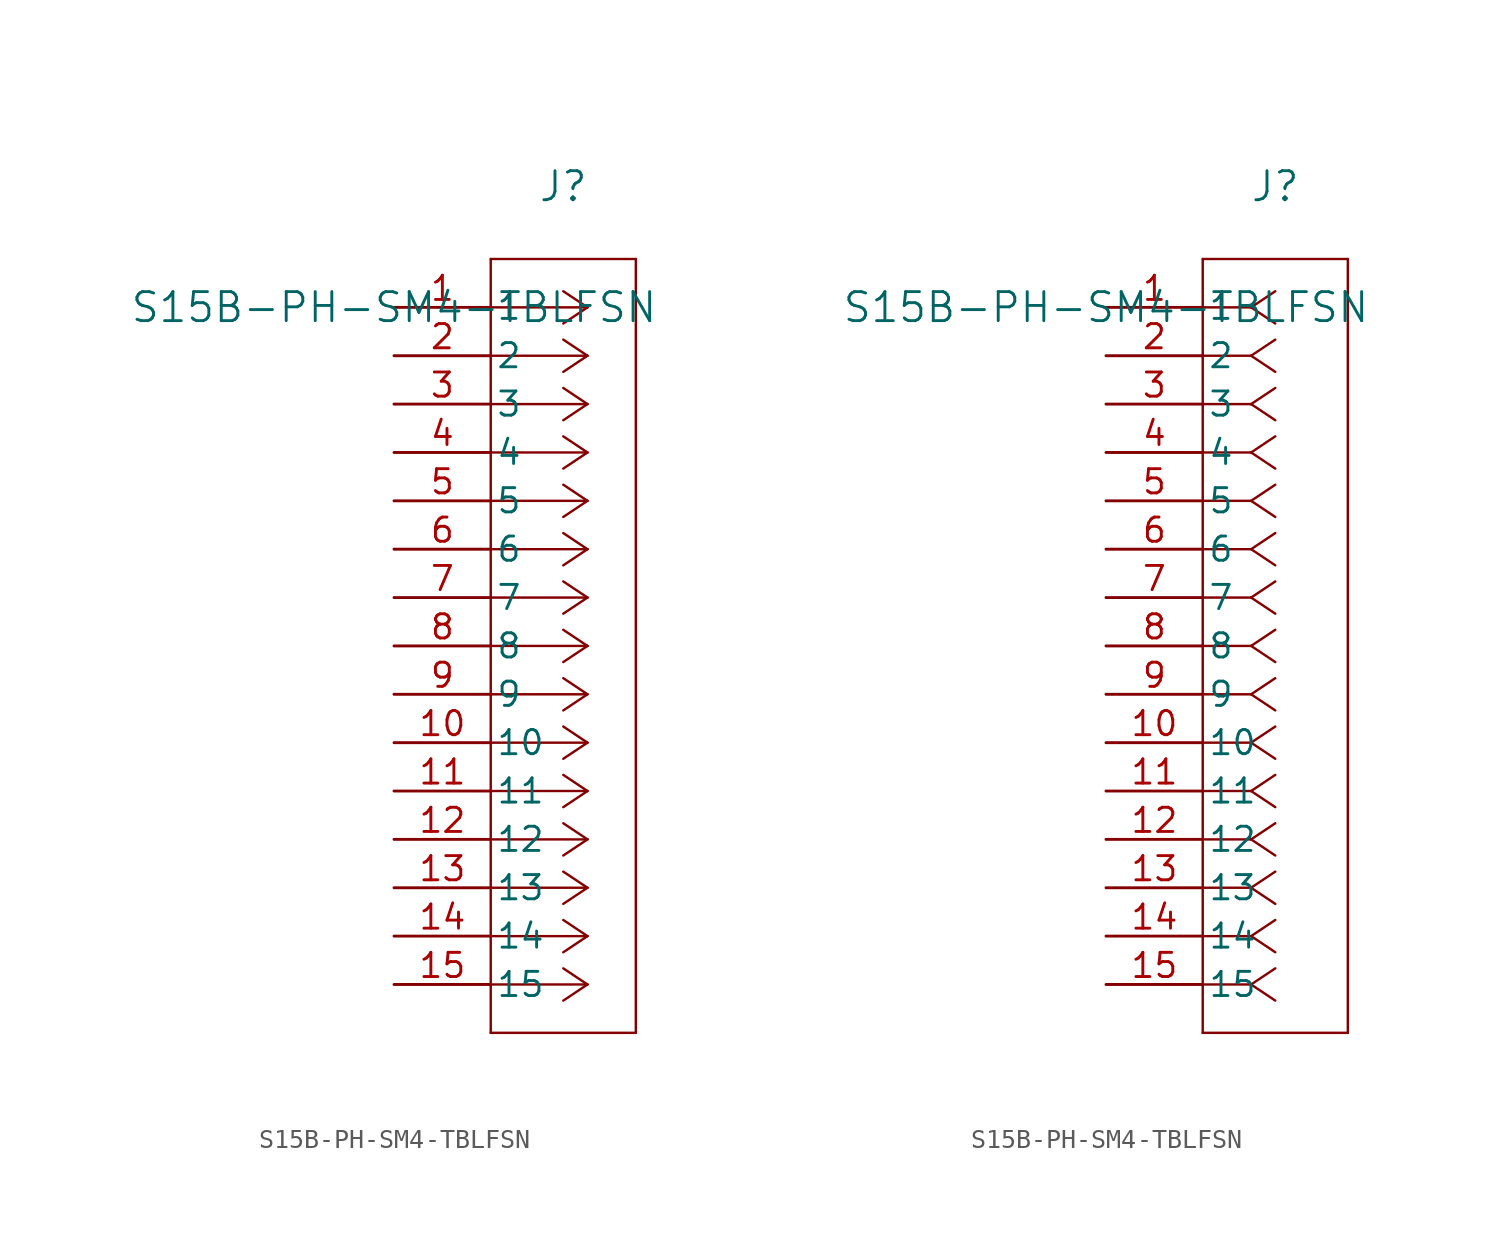
<source format=kicad_sym>
(kicad_symbol_lib
  (version 20211014)
  (generator kicad_symbol_editor)
  (symbol "S15B-PH-SM4-TBLFSN"
    (pin_names
      (offset 0.254))
    (property "Reference" "J"
      (at 8.89 6.35 0)
      (effects (font (size 1.524 1.524))))
    (property "Value" "S15B-PH-SM4-TBLFSN"
      (at 0 0 0)
      (effects (font (size 1.524 1.524))))
    (symbol "S15B-PH-SM4-TBLFSN_1_1"
      (polyline (pts (xy 10.16 0) (xy 5.08 0)) (stroke (width 0.127) (type default) (color 0 0 0 0)) (fill (type none)))
      (polyline (pts (xy 10.16 -2.54) (xy 5.08 -2.54)) (stroke (width 0.127) (type default) (color 0 0 0 0)) (fill (type none)))
      (polyline (pts (xy 10.16 -5.08) (xy 5.08 -5.08)) (stroke (width 0.127) (type default) (color 0 0 0 0)) (fill (type none)))
      (polyline (pts (xy 10.16 -7.62) (xy 5.08 -7.62)) (stroke (width 0.127) (type default) (color 0 0 0 0)) (fill (type none)))
      (polyline (pts (xy 10.16 -10.16) (xy 5.08 -10.16)) (stroke (width 0.127) (type default) (color 0 0 0 0)) (fill (type none)))
      (polyline (pts (xy 10.16 -12.7) (xy 5.08 -12.7)) (stroke (width 0.127) (type default) (color 0 0 0 0)) (fill (type none)))
      (polyline (pts (xy 10.16 -15.24) (xy 5.08 -15.24)) (stroke (width 0.127) (type default) (color 0 0 0 0)) (fill (type none)))
      (polyline (pts (xy 10.16 -17.78) (xy 5.08 -17.78)) (stroke (width 0.127) (type default) (color 0 0 0 0)) (fill (type none)))
      (polyline (pts (xy 10.16 -20.32) (xy 5.08 -20.32)) (stroke (width 0.127) (type default) (color 0 0 0 0)) (fill (type none)))
      (polyline (pts (xy 10.16 -22.86) (xy 5.08 -22.86)) (stroke (width 0.127) (type default) (color 0 0 0 0)) (fill (type none)))
      (polyline (pts (xy 10.16 -25.4) (xy 5.08 -25.4)) (stroke (width 0.127) (type default) (color 0 0 0 0)) (fill (type none)))
      (polyline (pts (xy 10.16 -27.94) (xy 5.08 -27.94)) (stroke (width 0.127) (type default) (color 0 0 0 0)) (fill (type none)))
      (polyline (pts (xy 10.16 -30.48) (xy 5.08 -30.48)) (stroke (width 0.127) (type default) (color 0 0 0 0)) (fill (type none)))
      (polyline (pts (xy 10.16 -33.02) (xy 5.08 -33.02)) (stroke (width 0.127) (type default) (color 0 0 0 0)) (fill (type none)))
      (polyline (pts (xy 10.16 -35.56) (xy 5.08 -35.56)) (stroke (width 0.127) (type default) (color 0 0 0 0)) (fill (type none)))
      (polyline (pts (xy 10.16 0) (xy 8.89 0.847)) (stroke (width 0.127) (type default) (color 0 0 0 0)) (fill (type none)))
      (polyline (pts (xy 10.16 -2.54) (xy 8.89 -1.693)) (stroke (width 0.127) (type default) (color 0 0 0 0)) (fill (type none)))
      (polyline (pts (xy 10.16 -5.08) (xy 8.89 -4.233)) (stroke (width 0.127) (type default) (color 0 0 0 0)) (fill (type none)))
      (polyline (pts (xy 10.16 -7.62) (xy 8.89 -6.773)) (stroke (width 0.127) (type default) (color 0 0 0 0)) (fill (type none)))
      (polyline (pts (xy 10.16 -10.16) (xy 8.89 -9.313)) (stroke (width 0.127) (type default) (color 0 0 0 0)) (fill (type none)))
      (polyline (pts (xy 10.16 -12.7) (xy 8.89 -11.853)) (stroke (width 0.127) (type default) (color 0 0 0 0)) (fill (type none)))
      (polyline (pts (xy 10.16 -15.24) (xy 8.89 -14.393)) (stroke (width 0.127) (type default) (color 0 0 0 0)) (fill (type none)))
      (polyline (pts (xy 10.16 -17.78) (xy 8.89 -16.933)) (stroke (width 0.127) (type default) (color 0 0 0 0)) (fill (type none)))
      (polyline (pts (xy 10.16 -20.32) (xy 8.89 -19.473)) (stroke (width 0.127) (type default) (color 0 0 0 0)) (fill (type none)))
      (polyline (pts (xy 10.16 -22.86) (xy 8.89 -22.013)) (stroke (width 0.127) (type default) (color 0 0 0 0)) (fill (type none)))
      (polyline (pts (xy 10.16 -25.4) (xy 8.89 -24.553)) (stroke (width 0.127) (type default) (color 0 0 0 0)) (fill (type none)))
      (polyline (pts (xy 10.16 -27.94) (xy 8.89 -27.093)) (stroke (width 0.127) (type default) (color 0 0 0 0)) (fill (type none)))
      (polyline (pts (xy 10.16 -30.48) (xy 8.89 -29.633)) (stroke (width 0.127) (type default) (color 0 0 0 0)) (fill (type none)))
      (polyline (pts (xy 10.16 -33.02) (xy 8.89 -32.173)) (stroke (width 0.127) (type default) (color 0 0 0 0)) (fill (type none)))
      (polyline (pts (xy 10.16 -35.56) (xy 8.89 -34.713)) (stroke (width 0.127) (type default) (color 0 0 0 0)) (fill (type none)))
      (polyline (pts (xy 10.16 0) (xy 8.89 -0.847)) (stroke (width 0.127) (type default) (color 0 0 0 0)) (fill (type none)))
      (polyline (pts (xy 10.16 -2.54) (xy 8.89 -3.387)) (stroke (width 0.127) (type default) (color 0 0 0 0)) (fill (type none)))
      (polyline (pts (xy 10.16 -5.08) (xy 8.89 -5.927)) (stroke (width 0.127) (type default) (color 0 0 0 0)) (fill (type none)))
      (polyline (pts (xy 10.16 -7.62) (xy 8.89 -8.467)) (stroke (width 0.127) (type default) (color 0 0 0 0)) (fill (type none)))
      (polyline (pts (xy 10.16 -10.16) (xy 8.89 -11.007)) (stroke (width 0.127) (type default) (color 0 0 0 0)) (fill (type none)))
      (polyline (pts (xy 10.16 -12.7) (xy 8.89 -13.547)) (stroke (width 0.127) (type default) (color 0 0 0 0)) (fill (type none)))
      (polyline (pts (xy 10.16 -15.24) (xy 8.89 -16.087)) (stroke (width 0.127) (type default) (color 0 0 0 0)) (fill (type none)))
      (polyline (pts (xy 10.16 -17.78) (xy 8.89 -18.627)) (stroke (width 0.127) (type default) (color 0 0 0 0)) (fill (type none)))
      (polyline (pts (xy 10.16 -20.32) (xy 8.89 -21.167)) (stroke (width 0.127) (type default) (color 0 0 0 0)) (fill (type none)))
      (polyline (pts (xy 10.16 -22.86) (xy 8.89 -23.707)) (stroke (width 0.127) (type default) (color 0 0 0 0)) (fill (type none)))
      (polyline (pts (xy 10.16 -25.4) (xy 8.89 -26.247)) (stroke (width 0.127) (type default) (color 0 0 0 0)) (fill (type none)))
      (polyline (pts (xy 10.16 -27.94) (xy 8.89 -28.787)) (stroke (width 0.127) (type default) (color 0 0 0 0)) (fill (type none)))
      (polyline (pts (xy 10.16 -30.48) (xy 8.89 -31.327)) (stroke (width 0.127) (type default) (color 0 0 0 0)) (fill (type none)))
      (polyline (pts (xy 10.16 -33.02) (xy 8.89 -33.867)) (stroke (width 0.127) (type default) (color 0 0 0 0)) (fill (type none)))
      (polyline (pts (xy 10.16 -35.56) (xy 8.89 -36.407)) (stroke (width 0.127) (type default) (color 0 0 0 0)) (fill (type none)))
      (polyline (pts (xy 5.08 2.54) (xy 5.08 -38.1)) (stroke (width 0.127) (type default) (color 0 0 0 0)) (fill (type none)))
      (polyline (pts (xy 5.08 -38.1) (xy 12.7 -38.1)) (stroke (width 0.127) (type default) (color 0 0 0 0)) (fill (type none)))
      (polyline (pts (xy 12.7 -38.1) (xy 12.7 2.54)) (stroke (width 0.127) (type default) (color 0 0 0 0)) (fill (type none)))
      (polyline (pts (xy 12.7 2.54) (xy 5.08 2.54)) (stroke (width 0.127) (type default) (color 0 0 0 0)) (fill (type none)))
      (pin unspecified line (at 0 0 0) (length 5.08) (name "1" (effects (font (size 1.27 1.27)))) (number "1" (effects (font (size 1.27 1.27)))))
      (pin unspecified line (at 0 -2.54 0) (length 5.08) (name "2" (effects (font (size 1.27 1.27)))) (number "2" (effects (font (size 1.27 1.27)))))
      (pin unspecified line (at 0 -5.08 0) (length 5.08) (name "3" (effects (font (size 1.27 1.27)))) (number "3" (effects (font (size 1.27 1.27)))))
      (pin unspecified line (at 0 -7.62 0) (length 5.08) (name "4" (effects (font (size 1.27 1.27)))) (number "4" (effects (font (size 1.27 1.27)))))
      (pin unspecified line (at 0 -10.16 0) (length 5.08) (name "5" (effects (font (size 1.27 1.27)))) (number "5" (effects (font (size 1.27 1.27)))))
      (pin unspecified line (at 0 -12.7 0) (length 5.08) (name "6" (effects (font (size 1.27 1.27)))) (number "6" (effects (font (size 1.27 1.27)))))
      (pin unspecified line (at 0 -15.24 0) (length 5.08) (name "7" (effects (font (size 1.27 1.27)))) (number "7" (effects (font (size 1.27 1.27)))))
      (pin unspecified line (at 0 -17.78 0) (length 5.08) (name "8" (effects (font (size 1.27 1.27)))) (number "8" (effects (font (size 1.27 1.27)))))
      (pin unspecified line (at 0 -20.32 0) (length 5.08) (name "9" (effects (font (size 1.27 1.27)))) (number "9" (effects (font (size 1.27 1.27)))))
      (pin unspecified line (at 0 -22.86 0) (length 5.08) (name "10" (effects (font (size 1.27 1.27)))) (number "10" (effects (font (size 1.27 1.27)))))
      (pin unspecified line (at 0 -25.4 0) (length 5.08) (name "11" (effects (font (size 1.27 1.27)))) (number "11" (effects (font (size 1.27 1.27)))))
      (pin unspecified line (at 0 -27.94 0) (length 5.08) (name "12" (effects (font (size 1.27 1.27)))) (number "12" (effects (font (size 1.27 1.27)))))
      (pin unspecified line (at 0 -30.48 0) (length 5.08) (name "13" (effects (font (size 1.27 1.27)))) (number "13" (effects (font (size 1.27 1.27)))))
      (pin unspecified line (at 0 -33.02 0) (length 5.08) (name "14" (effects (font (size 1.27 1.27)))) (number "14" (effects (font (size 1.27 1.27)))))
      (pin unspecified line (at 0 -35.56 0) (length 5.08) (name "15" (effects (font (size 1.27 1.27)))) (number "15" (effects (font (size 1.27 1.27))))))
    (symbol "S15B-PH-SM4-TBLFSN_1_2"
      (polyline (pts (xy 7.62 0) (xy 5.08 0)) (stroke (width 0.127) (type default) (color 0 0 0 0)) (fill (type none)))
      (polyline (pts (xy 7.62 -2.54) (xy 5.08 -2.54)) (stroke (width 0.127) (type default) (color 0 0 0 0)) (fill (type none)))
      (polyline (pts (xy 7.62 -5.08) (xy 5.08 -5.08)) (stroke (width 0.127) (type default) (color 0 0 0 0)) (fill (type none)))
      (polyline (pts (xy 7.62 -7.62) (xy 5.08 -7.62)) (stroke (width 0.127) (type default) (color 0 0 0 0)) (fill (type none)))
      (polyline (pts (xy 7.62 -10.16) (xy 5.08 -10.16)) (stroke (width 0.127) (type default) (color 0 0 0 0)) (fill (type none)))
      (polyline (pts (xy 7.62 -12.7) (xy 5.08 -12.7)) (stroke (width 0.127) (type default) (color 0 0 0 0)) (fill (type none)))
      (polyline (pts (xy 7.62 -15.24) (xy 5.08 -15.24)) (stroke (width 0.127) (type default) (color 0 0 0 0)) (fill (type none)))
      (polyline (pts (xy 7.62 -17.78) (xy 5.08 -17.78)) (stroke (width 0.127) (type default) (color 0 0 0 0)) (fill (type none)))
      (polyline (pts (xy 7.62 -20.32) (xy 5.08 -20.32)) (stroke (width 0.127) (type default) (color 0 0 0 0)) (fill (type none)))
      (polyline (pts (xy 7.62 -22.86) (xy 5.08 -22.86)) (stroke (width 0.127) (type default) (color 0 0 0 0)) (fill (type none)))
      (polyline (pts (xy 7.62 -25.4) (xy 5.08 -25.4)) (stroke (width 0.127) (type default) (color 0 0 0 0)) (fill (type none)))
      (polyline (pts (xy 7.62 -27.94) (xy 5.08 -27.94)) (stroke (width 0.127) (type default) (color 0 0 0 0)) (fill (type none)))
      (polyline (pts (xy 7.62 -30.48) (xy 5.08 -30.48)) (stroke (width 0.127) (type default) (color 0 0 0 0)) (fill (type none)))
      (polyline (pts (xy 7.62 -33.02) (xy 5.08 -33.02)) (stroke (width 0.127) (type default) (color 0 0 0 0)) (fill (type none)))
      (polyline (pts (xy 7.62 -35.56) (xy 5.08 -35.56)) (stroke (width 0.127) (type default) (color 0 0 0 0)) (fill (type none)))
      (polyline (pts (xy 7.62 0) (xy 8.89 0.847)) (stroke (width 0.127) (type default) (color 0 0 0 0)) (fill (type none)))
      (polyline (pts (xy 7.62 -2.54) (xy 8.89 -1.693)) (stroke (width 0.127) (type default) (color 0 0 0 0)) (fill (type none)))
      (polyline (pts (xy 7.62 -5.08) (xy 8.89 -4.233)) (stroke (width 0.127) (type default) (color 0 0 0 0)) (fill (type none)))
      (polyline (pts (xy 7.62 -7.62) (xy 8.89 -6.773)) (stroke (width 0.127) (type default) (color 0 0 0 0)) (fill (type none)))
      (polyline (pts (xy 7.62 -10.16) (xy 8.89 -9.313)) (stroke (width 0.127) (type default) (color 0 0 0 0)) (fill (type none)))
      (polyline (pts (xy 7.62 -12.7) (xy 8.89 -11.853)) (stroke (width 0.127) (type default) (color 0 0 0 0)) (fill (type none)))
      (polyline (pts (xy 7.62 -15.24) (xy 8.89 -14.393)) (stroke (width 0.127) (type default) (color 0 0 0 0)) (fill (type none)))
      (polyline (pts (xy 7.62 -17.78) (xy 8.89 -16.933)) (stroke (width 0.127) (type default) (color 0 0 0 0)) (fill (type none)))
      (polyline (pts (xy 7.62 -20.32) (xy 8.89 -19.473)) (stroke (width 0.127) (type default) (color 0 0 0 0)) (fill (type none)))
      (polyline (pts (xy 7.62 -22.86) (xy 8.89 -22.013)) (stroke (width 0.127) (type default) (color 0 0 0 0)) (fill (type none)))
      (polyline (pts (xy 7.62 -25.4) (xy 8.89 -24.553)) (stroke (width 0.127) (type default) (color 0 0 0 0)) (fill (type none)))
      (polyline (pts (xy 7.62 -27.94) (xy 8.89 -27.093)) (stroke (width 0.127) (type default) (color 0 0 0 0)) (fill (type none)))
      (polyline (pts (xy 7.62 -30.48) (xy 8.89 -29.633)) (stroke (width 0.127) (type default) (color 0 0 0 0)) (fill (type none)))
      (polyline (pts (xy 7.62 -33.02) (xy 8.89 -32.173)) (stroke (width 0.127) (type default) (color 0 0 0 0)) (fill (type none)))
      (polyline (pts (xy 7.62 -35.56) (xy 8.89 -34.713)) (stroke (width 0.127) (type default) (color 0 0 0 0)) (fill (type none)))
      (polyline (pts (xy 7.62 0) (xy 8.89 -0.847)) (stroke (width 0.127) (type default) (color 0 0 0 0)) (fill (type none)))
      (polyline (pts (xy 7.62 -2.54) (xy 8.89 -3.387)) (stroke (width 0.127) (type default) (color 0 0 0 0)) (fill (type none)))
      (polyline (pts (xy 7.62 -5.08) (xy 8.89 -5.927)) (stroke (width 0.127) (type default) (color 0 0 0 0)) (fill (type none)))
      (polyline (pts (xy 7.62 -7.62) (xy 8.89 -8.467)) (stroke (width 0.127) (type default) (color 0 0 0 0)) (fill (type none)))
      (polyline (pts (xy 7.62 -10.16) (xy 8.89 -11.007)) (stroke (width 0.127) (type default) (color 0 0 0 0)) (fill (type none)))
      (polyline (pts (xy 7.62 -12.7) (xy 8.89 -13.547)) (stroke (width 0.127) (type default) (color 0 0 0 0)) (fill (type none)))
      (polyline (pts (xy 7.62 -15.24) (xy 8.89 -16.087)) (stroke (width 0.127) (type default) (color 0 0 0 0)) (fill (type none)))
      (polyline (pts (xy 7.62 -17.78) (xy 8.89 -18.627)) (stroke (width 0.127) (type default) (color 0 0 0 0)) (fill (type none)))
      (polyline (pts (xy 7.62 -20.32) (xy 8.89 -21.167)) (stroke (width 0.127) (type default) (color 0 0 0 0)) (fill (type none)))
      (polyline (pts (xy 7.62 -22.86) (xy 8.89 -23.707)) (stroke (width 0.127) (type default) (color 0 0 0 0)) (fill (type none)))
      (polyline (pts (xy 7.62 -25.4) (xy 8.89 -26.247)) (stroke (width 0.127) (type default) (color 0 0 0 0)) (fill (type none)))
      (polyline (pts (xy 7.62 -27.94) (xy 8.89 -28.787)) (stroke (width 0.127) (type default) (color 0 0 0 0)) (fill (type none)))
      (polyline (pts (xy 7.62 -30.48) (xy 8.89 -31.327)) (stroke (width 0.127) (type default) (color 0 0 0 0)) (fill (type none)))
      (polyline (pts (xy 7.62 -33.02) (xy 8.89 -33.867)) (stroke (width 0.127) (type default) (color 0 0 0 0)) (fill (type none)))
      (polyline (pts (xy 7.62 -35.56) (xy 8.89 -36.407)) (stroke (width 0.127) (type default) (color 0 0 0 0)) (fill (type none)))
      (polyline (pts (xy 5.08 2.54) (xy 5.08 -38.1)) (stroke (width 0.127) (type default) (color 0 0 0 0)) (fill (type none)))
      (polyline (pts (xy 5.08 -38.1) (xy 12.7 -38.1)) (stroke (width 0.127) (type default) (color 0 0 0 0)) (fill (type none)))
      (polyline (pts (xy 12.7 -38.1) (xy 12.7 2.54)) (stroke (width 0.127) (type default) (color 0 0 0 0)) (fill (type none)))
      (polyline (pts (xy 12.7 2.54) (xy 5.08 2.54)) (stroke (width 0.127) (type default) (color 0 0 0 0)) (fill (type none)))
      (pin unspecified line (at 0 0 0) (length 5.08) (name "1" (effects (font (size 1.27 1.27)))) (number "1" (effects (font (size 1.27 1.27)))))
      (pin unspecified line (at 0 -2.54 0) (length 5.08) (name "2" (effects (font (size 1.27 1.27)))) (number "2" (effects (font (size 1.27 1.27)))))
      (pin unspecified line (at 0 -5.08 0) (length 5.08) (name "3" (effects (font (size 1.27 1.27)))) (number "3" (effects (font (size 1.27 1.27)))))
      (pin unspecified line (at 0 -7.62 0) (length 5.08) (name "4" (effects (font (size 1.27 1.27)))) (number "4" (effects (font (size 1.27 1.27)))))
      (pin unspecified line (at 0 -10.16 0) (length 5.08) (name "5" (effects (font (size 1.27 1.27)))) (number "5" (effects (font (size 1.27 1.27)))))
      (pin unspecified line (at 0 -12.7 0) (length 5.08) (name "6" (effects (font (size 1.27 1.27)))) (number "6" (effects (font (size 1.27 1.27)))))
      (pin unspecified line (at 0 -15.24 0) (length 5.08) (name "7" (effects (font (size 1.27 1.27)))) (number "7" (effects (font (size 1.27 1.27)))))
      (pin unspecified line (at 0 -17.78 0) (length 5.08) (name "8" (effects (font (size 1.27 1.27)))) (number "8" (effects (font (size 1.27 1.27)))))
      (pin unspecified line (at 0 -20.32 0) (length 5.08) (name "9" (effects (font (size 1.27 1.27)))) (number "9" (effects (font (size 1.27 1.27)))))
      (pin unspecified line (at 0 -22.86 0) (length 5.08) (name "10" (effects (font (size 1.27 1.27)))) (number "10" (effects (font (size 1.27 1.27)))))
      (pin unspecified line (at 0 -25.4 0) (length 5.08) (name "11" (effects (font (size 1.27 1.27)))) (number "11" (effects (font (size 1.27 1.27)))))
      (pin unspecified line (at 0 -27.94 0) (length 5.08) (name "12" (effects (font (size 1.27 1.27)))) (number "12" (effects (font (size 1.27 1.27)))))
      (pin unspecified line (at 0 -30.48 0) (length 5.08) (name "13" (effects (font (size 1.27 1.27)))) (number "13" (effects (font (size 1.27 1.27)))))
      (pin unspecified line (at 0 -33.02 0) (length 5.08) (name "14" (effects (font (size 1.27 1.27)))) (number "14" (effects (font (size 1.27 1.27)))))
      (pin unspecified line (at 0 -35.56 0) (length 5.08) (name "15" (effects (font (size 1.27 1.27)))) (number "15" (effects (font (size 1.27 1.27))))))))
</source>
